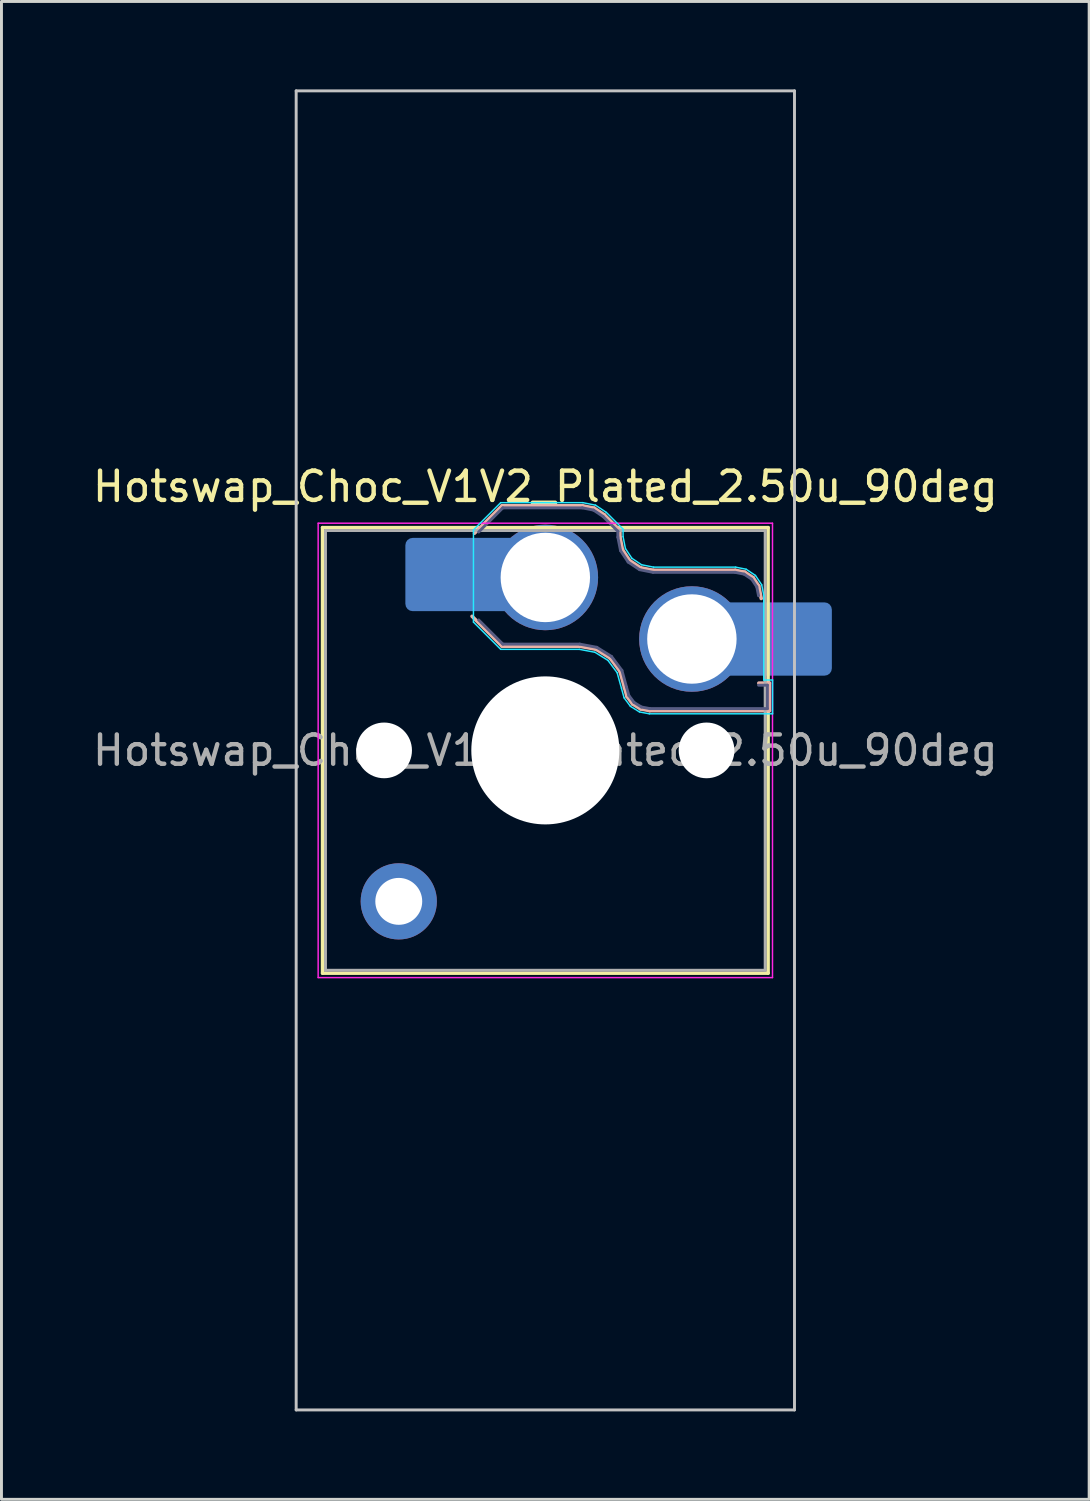
<source format=kicad_pcb>
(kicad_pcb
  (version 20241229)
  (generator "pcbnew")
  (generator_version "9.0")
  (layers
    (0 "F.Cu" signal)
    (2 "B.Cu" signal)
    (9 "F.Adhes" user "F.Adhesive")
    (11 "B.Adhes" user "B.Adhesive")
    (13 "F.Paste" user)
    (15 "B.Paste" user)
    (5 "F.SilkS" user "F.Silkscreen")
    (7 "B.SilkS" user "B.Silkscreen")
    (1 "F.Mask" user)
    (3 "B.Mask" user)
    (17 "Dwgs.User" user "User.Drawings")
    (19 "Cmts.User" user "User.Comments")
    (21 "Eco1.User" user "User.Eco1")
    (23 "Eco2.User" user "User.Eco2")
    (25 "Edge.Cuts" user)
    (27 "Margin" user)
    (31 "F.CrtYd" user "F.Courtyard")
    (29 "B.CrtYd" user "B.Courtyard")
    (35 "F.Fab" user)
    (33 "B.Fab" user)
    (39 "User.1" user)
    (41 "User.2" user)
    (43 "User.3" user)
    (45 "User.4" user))
  (footprint "Hotswap_Choc_V1V2_Plated_2.50u_90deg"
    (layer "F.Cu")
    (at 15.554 22.55)
    (property "Reference" "Hotswap_Choc_V1V2_Plated_2.50u_90deg" (at 0 -9 0) (layer "F.SilkS") (effects (font (size 1 1) (thickness 0.15))))
    (attr smd allow_soldermask_bridges)
    (fp_line (start -7.6 -7.6) (end -7.6 7.6) (stroke (width 0.12) (type solid)) (layer "F.SilkS"))
    (fp_line (start -7.6 7.6) (end 7.6 7.6) (stroke (width 0.12) (type solid)) (layer "F.SilkS"))
    (fp_line (start 7.6 -7.6) (end -7.6 -7.6) (stroke (width 0.12) (type solid)) (layer "F.SilkS"))
    (fp_line (start 7.6 7.6) (end 7.6 -7.6) (stroke (width 0.12) (type solid)) (layer "F.SilkS"))
    (fp_line (start -2.416 -7.409) (end -1.479 -8.346) (stroke (width 0.12) (type solid)) (layer "B.SilkS"))
    (fp_line (start -1.479 -8.346) (end 1.268 -8.346) (stroke (width 0.12) (type solid)) (layer "B.SilkS"))
    (fp_line (start -1.479 -3.554) (end -2.5 -4.575) (stroke (width 0.12) (type solid)) (layer "B.SilkS"))
    (fp_line (start 1.168 -3.554) (end -1.479 -3.554) (stroke (width 0.12) (type solid)) (layer "B.SilkS"))
    (fp_line (start 1.268 -8.346) (end 1.671 -8.266) (stroke (width 0.12) (type solid)) (layer "B.SilkS"))
    (fp_line (start 1.671 -8.266) (end 2.013 -8.037) (stroke (width 0.12) (type solid)) (layer "B.SilkS"))
    (fp_line (start 1.73 -3.449) (end 1.168 -3.554) (stroke (width 0.12) (type solid)) (layer "B.SilkS"))
    (fp_line (start 2.013 -8.037) (end 2.546 -7.504) (stroke (width 0.12) (type solid)) (layer "B.SilkS"))
    (fp_line (start 2.209 -3.15) (end 1.73 -3.449) (stroke (width 0.12) (type solid)) (layer "B.SilkS"))
    (fp_line (start 2.546 -7.504) (end 2.546 -7.282) (stroke (width 0.12) (type solid)) (layer "B.SilkS"))
    (fp_line (start 2.546 -7.282) (end 2.633 -6.844) (stroke (width 0.12) (type solid)) (layer "B.SilkS"))
    (fp_line (start 2.547 -2.697) (end 2.209 -3.15) (stroke (width 0.12) (type solid)) (layer "B.SilkS"))
    (fp_line (start 2.633 -6.844) (end 2.877 -6.477) (stroke (width 0.12) (type solid)) (layer "B.SilkS"))
    (fp_line (start 2.701 -2.139) (end 2.547 -2.697) (stroke (width 0.12) (type solid)) (layer "B.SilkS"))
    (fp_line (start 2.783 -1.841) (end 2.701 -2.139) (stroke (width 0.12) (type solid)) (layer "B.SilkS"))
    (fp_line (start 2.877 -6.477) (end 3.244 -6.233) (stroke (width 0.12) (type solid)) (layer "B.SilkS"))
    (fp_line (start 2.976 -1.583) (end 2.783 -1.841) (stroke (width 0.12) (type solid)) (layer "B.SilkS"))
    (fp_line (start 3.244 -6.233) (end 3.682 -6.146) (stroke (width 0.12) (type solid)) (layer "B.SilkS"))
    (fp_line (start 3.25 -1.413) (end 2.976 -1.583) (stroke (width 0.12) (type solid)) (layer "B.SilkS"))
    (fp_line (start 3.56 -1.354) (end 3.25 -1.413) (stroke (width 0.12) (type solid)) (layer "B.SilkS"))
    (fp_line (start 3.682 -6.146) (end 6.482 -6.146) (stroke (width 0.12) (type solid)) (layer "B.SilkS"))
    (fp_line (start 6.482 -6.146) (end 6.809 -6.081) (stroke (width 0.12) (type solid)) (layer "B.SilkS"))
    (fp_line (start 6.809 -6.081) (end 7.092 -5.892) (stroke (width 0.12) (type solid)) (layer "B.SilkS"))
    (fp_line (start 7.092 -5.892) (end 7.281 -5.609) (stroke (width 0.12) (type solid)) (layer "B.SilkS"))
    (fp_line (start 7.281 -5.609) (end 7.366 -5.182) (stroke (width 0.12) (type solid)) (layer "B.SilkS"))
    (fp_line (start 7.283 -2.296) (end 7.646 -2.296) (stroke (width 0.12) (type solid)) (layer "B.SilkS"))
    (fp_line (start 7.646 -2.296) (end 7.646 -1.354) (stroke (width 0.12) (type solid)) (layer "B.SilkS"))
    (fp_line (start 7.646 -1.354) (end 3.56 -1.354) (stroke (width 0.12) (type solid)) (layer "B.SilkS"))
    (fp_line (start -8.5 -22.5) (end 8.5 -22.5) (stroke (width 0.1) (type solid)) (layer "Dwgs.User"))
    (fp_line (start -8.5 22.5) (end -8.5 -22.5) (stroke (width 0.1) (type solid)) (layer "Dwgs.User"))
    (fp_line (start 8.5 -22.5) (end 8.5 22.5) (stroke (width 0.1) (type solid)) (layer "Dwgs.User"))
    (fp_line (start 8.5 22.5) (end -8.5 22.5) (stroke (width 0.1) (type solid)) (layer "Dwgs.User"))
    (fp_line (start -7.25 -7.25) (end -7.25 7.25) (stroke (width 0.1) (type solid)) (layer "Eco1.User"))
    (fp_line (start -7.25 7.25) (end 7.25 7.25) (stroke (width 0.1) (type solid)) (layer "Eco1.User"))
    (fp_line (start 7.25 -7.25) (end -7.25 -7.25) (stroke (width 0.1) (type solid)) (layer "Eco1.User"))
    (fp_line (start 7.25 7.25) (end 7.25 -7.25) (stroke (width 0.1) (type solid)) (layer "Eco1.User"))
    (fp_line (start -2.452 -7.523) (end -1.523 -8.452) (stroke (width 0.05) (type solid)) (layer "B.CrtYd"))
    (fp_line (start -2.452 -4.377) (end -2.452 -7.523) (stroke (width 0.05) (type solid)) (layer "B.CrtYd"))
    (fp_line (start -1.523 -8.452) (end 1.278 -8.452) (stroke (width 0.05) (type solid)) (layer "B.CrtYd"))
    (fp_line (start -1.523 -3.448) (end -2.452 -4.377) (stroke (width 0.05) (type solid)) (layer "B.CrtYd"))
    (fp_line (start 1.159 -3.448) (end -1.523 -3.448) (stroke (width 0.05) (type solid)) (layer "B.CrtYd"))
    (fp_line (start 1.278 -8.452) (end 1.712 -8.366) (stroke (width 0.05) (type solid)) (layer "B.CrtYd"))
    (fp_line (start 1.691 -3.348) (end 1.159 -3.448) (stroke (width 0.05) (type solid)) (layer "B.CrtYd"))
    (fp_line (start 1.712 -8.366) (end 2.081 -8.119) (stroke (width 0.05) (type solid)) (layer "B.CrtYd"))
    (fp_line (start 2.081 -8.119) (end 2.652 -7.548) (stroke (width 0.05) (type solid)) (layer "B.CrtYd"))
    (fp_line (start 2.136 -3.071) (end 1.691 -3.348) (stroke (width 0.05) (type solid)) (layer "B.CrtYd"))
    (fp_line (start 2.45 -2.65) (end 2.136 -3.071) (stroke (width 0.05) (type solid)) (layer "B.CrtYd"))
    (fp_line (start 2.599 -2.111) (end 2.45 -2.65) (stroke (width 0.05) (type solid)) (layer "B.CrtYd"))
    (fp_line (start 2.652 -7.548) (end 2.652 -7.292) (stroke (width 0.05) (type solid)) (layer "B.CrtYd"))
    (fp_line (start 2.652 -7.292) (end 2.733 -6.885) (stroke (width 0.05) (type solid)) (layer "B.CrtYd"))
    (fp_line (start 2.687 -1.794) (end 2.599 -2.111) (stroke (width 0.05) (type solid)) (layer "B.CrtYd"))
    (fp_line (start 2.733 -6.885) (end 2.953 -6.553) (stroke (width 0.05) (type solid)) (layer "B.CrtYd"))
    (fp_line (start 2.903 -1.503) (end 2.687 -1.794) (stroke (width 0.05) (type solid)) (layer "B.CrtYd"))
    (fp_line (start 2.953 -6.553) (end 3.285 -6.333) (stroke (width 0.05) (type solid)) (layer "B.CrtYd"))
    (fp_line (start 3.211 -1.312) (end 2.903 -1.503) (stroke (width 0.05) (type solid)) (layer "B.CrtYd"))
    (fp_line (start 3.285 -6.333) (end 3.692 -6.252) (stroke (width 0.05) (type solid)) (layer "B.CrtYd"))
    (fp_line (start 3.55 -1.248) (end 3.211 -1.312) (stroke (width 0.05) (type solid)) (layer "B.CrtYd"))
    (fp_line (start 3.692 -6.252) (end 6.492 -6.252) (stroke (width 0.05) (type solid)) (layer "B.CrtYd"))
    (fp_line (start 6.492 -6.252) (end 6.85 -6.181) (stroke (width 0.05) (type solid)) (layer "B.CrtYd"))
    (fp_line (start 6.85 -6.181) (end 7.168 -5.968) (stroke (width 0.05) (type solid)) (layer "B.CrtYd"))
    (fp_line (start 7.168 -5.968) (end 7.381 -5.65) (stroke (width 0.05) (type solid)) (layer "B.CrtYd"))
    (fp_line (start 7.381 -5.65) (end 7.452 -5.292) (stroke (width 0.05) (type solid)) (layer "B.CrtYd"))
    (fp_line (start 7.452 -5.292) (end 7.452 -2.402) (stroke (width 0.05) (type solid)) (layer "B.CrtYd"))
    (fp_line (start 7.452 -2.402) (end 7.752 -2.402) (stroke (width 0.05) (type solid)) (layer "B.CrtYd"))
    (fp_line (start 7.752 -2.402) (end 7.752 -1.248) (stroke (width 0.05) (type solid)) (layer "B.CrtYd"))
    (fp_line (start 7.752 -1.248) (end 3.55 -1.248) (stroke (width 0.05) (type solid)) (layer "B.CrtYd"))
    (fp_line (start -7.75 -7.75) (end -7.75 7.75) (stroke (width 0.05) (type solid)) (layer "F.CrtYd"))
    (fp_line (start -7.75 7.75) (end 7.75 7.75) (stroke (width 0.05) (type solid)) (layer "F.CrtYd"))
    (fp_line (start 7.75 -7.75) (end -7.75 -7.75) (stroke (width 0.05) (type solid)) (layer "F.CrtYd"))
    (fp_line (start 7.75 7.75) (end 7.75 -7.75) (stroke (width 0.05) (type solid)) (layer "F.CrtYd"))
    (fp_line (start -2.275 -7.45) (end -1.45 -8.275) (stroke (width 0.1) (type solid)) (layer "B.Fab"))
    (fp_line (start -1.45 -8.275) (end 1.261 -8.275) (stroke (width 0.1) (type solid)) (layer "B.Fab"))
    (fp_line (start -1.45 -3.625) (end -2.275 -4.45) (stroke (width 0.1) (type solid)) (layer "B.Fab"))
    (fp_line (start 1.175 -3.625) (end -1.45 -3.625) (stroke (width 0.1) (type solid)) (layer "B.Fab"))
    (fp_line (start 1.261 -8.275) (end 1.643 -8.199) (stroke (width 0.1) (type solid)) (layer "B.Fab"))
    (fp_line (start 1.643 -8.199) (end 1.968 -7.982) (stroke (width 0.1) (type solid)) (layer "B.Fab"))
    (fp_line (start 1.756 -3.516) (end 1.175 -3.625) (stroke (width 0.1) (type solid)) (layer "B.Fab"))
    (fp_line (start 1.968 -7.982) (end 2.475 -7.475) (stroke (width 0.1) (type solid)) (layer "B.Fab"))
    (fp_line (start 2.258 -3.203) (end 1.756 -3.516) (stroke (width 0.1) (type solid)) (layer "B.Fab"))
    (fp_line (start 2.475 -7.475) (end 2.475 -7.275) (stroke (width 0.1) (type solid)) (layer "B.Fab"))
    (fp_line (start 2.475 -7.275) (end 2.566 -6.816) (stroke (width 0.1) (type solid)) (layer "B.Fab"))
    (fp_line (start 2.566 -6.816) (end 2.826 -6.426) (stroke (width 0.1) (type solid)) (layer "B.Fab"))
    (fp_line (start 2.612 -2.729) (end 2.258 -3.203) (stroke (width 0.1) (type solid)) (layer "B.Fab"))
    (fp_line (start 2.769 -2.158) (end 2.612 -2.729) (stroke (width 0.1) (type solid)) (layer "B.Fab"))
    (fp_line (start 2.826 -6.426) (end 3.216 -6.166) (stroke (width 0.1) (type solid)) (layer "B.Fab"))
    (fp_line (start 2.848 -1.873) (end 2.769 -2.158) (stroke (width 0.1) (type solid)) (layer "B.Fab"))
    (fp_line (start 3.025 -1.636) (end 2.848 -1.873) (stroke (width 0.1) (type solid)) (layer "B.Fab"))
    (fp_line (start 3.216 -6.166) (end 3.675 -6.075) (stroke (width 0.1) (type solid)) (layer "B.Fab"))
    (fp_line (start 3.276 -1.48) (end 3.025 -1.636) (stroke (width 0.1) (type solid)) (layer "B.Fab"))
    (fp_line (start 3.567 -1.425) (end 3.276 -1.48) (stroke (width 0.1) (type solid)) (layer "B.Fab"))
    (fp_line (start 3.675 -6.075) (end 6.475 -6.075) (stroke (width 0.1) (type solid)) (layer "B.Fab"))
    (fp_line (start 6.475 -6.075) (end 6.781 -6.014) (stroke (width 0.1) (type solid)) (layer "B.Fab"))
    (fp_line (start 6.781 -6.014) (end 7.041 -5.841) (stroke (width 0.1) (type solid)) (layer "B.Fab"))
    (fp_line (start 7.041 -5.841) (end 7.214 -5.581) (stroke (width 0.1) (type solid)) (layer "B.Fab"))
    (fp_line (start 7.214 -5.581) (end 7.275 -5.275) (stroke (width 0.1) (type solid)) (layer "B.Fab"))
    (fp_line (start 7.275 -2.225) (end 7.575 -2.225) (stroke (width 0.1) (type solid)) (layer "B.Fab"))
    (fp_line (start 7.575 -2.225) (end 7.575 -1.425) (stroke (width 0.1) (type solid)) (layer "B.Fab"))
    (fp_line (start 7.575 -1.425) (end 3.567 -1.425) (stroke (width 0.1) (type solid)) (layer "B.Fab"))
    (fp_line (start -7.5 -7.5) (end -7.5 7.5) (stroke (width 0.1) (type solid)) (layer "F.Fab"))
    (fp_line (start -7.5 7.5) (end 7.5 7.5) (stroke (width 0.1) (type solid)) (layer "F.Fab"))
    (fp_line (start 7.5 -7.5) (end -7.5 -7.5) (stroke (width 0.1) (type solid)) (layer "F.Fab"))
    (fp_line (start 7.5 7.5) (end 7.5 -7.5) (stroke (width 0.1) (type solid)) (layer "F.Fab"))
    (fp_text user "${REFERENCE}" (at 0 0 0) (layer "F.Fab") (effects (font (size 1 1) (thickness 0.15))))
    (pad "" np_thru_hole circle (at -5.5 0) (size 1.9 1.9) (drill 1.9) (layers "*.Cu" "*.Mask"))
    (pad "" thru_hole circle (at -5 5.15) (size 2.6 2.6) (drill 1.6) (layers "*.Cu" "*.Mask"))
    (pad "" smd roundrect (at -3.5 -6) (size 2.55 2.5) (layers "B.Mask" "B.Paste") (roundrect_rratio 0.1))
    (pad "" np_thru_hole circle (at 0 0) (size 5.05 5.05) (drill 5.05) (layers "*.Cu" "*.Mask"))
    (pad "" np_thru_hole circle (at 5.5 0) (size 1.9 1.9) (drill 1.9) (layers "*.Cu" "*.Mask"))
    (pad "" smd roundrect (at 8.5 -3.8) (size 2.55 2.5) (layers "B.Mask" "B.Paste") (roundrect_rratio 0.1))
    (pad "1" smd roundrect (at -2.85 -6) (size 3.85 2.5) (layers "B.Cu") (roundrect_rratio 0.1))
    (pad "1" thru_hole circle (at 0 -5.9) (size 3.6 3.6) (drill 3.05) (layers "*.Cu" "*.Mask"))
    (pad "2" thru_hole circle (at 5 -3.8) (size 3.6 3.6) (drill 3.05) (layers "*.Cu" "*.Mask"))
    (pad "2" smd roundrect (at 7.85 -3.8) (size 3.85 2.5) (layers "B.Cu") (roundrect_rratio 0.1)))
  (gr_rect
    (start -3 -3)
    (end 34.107 48.1)
    (stroke (width 0.1) (type default))
    (fill no)
    (layer "Edge.Cuts")))
</source>
